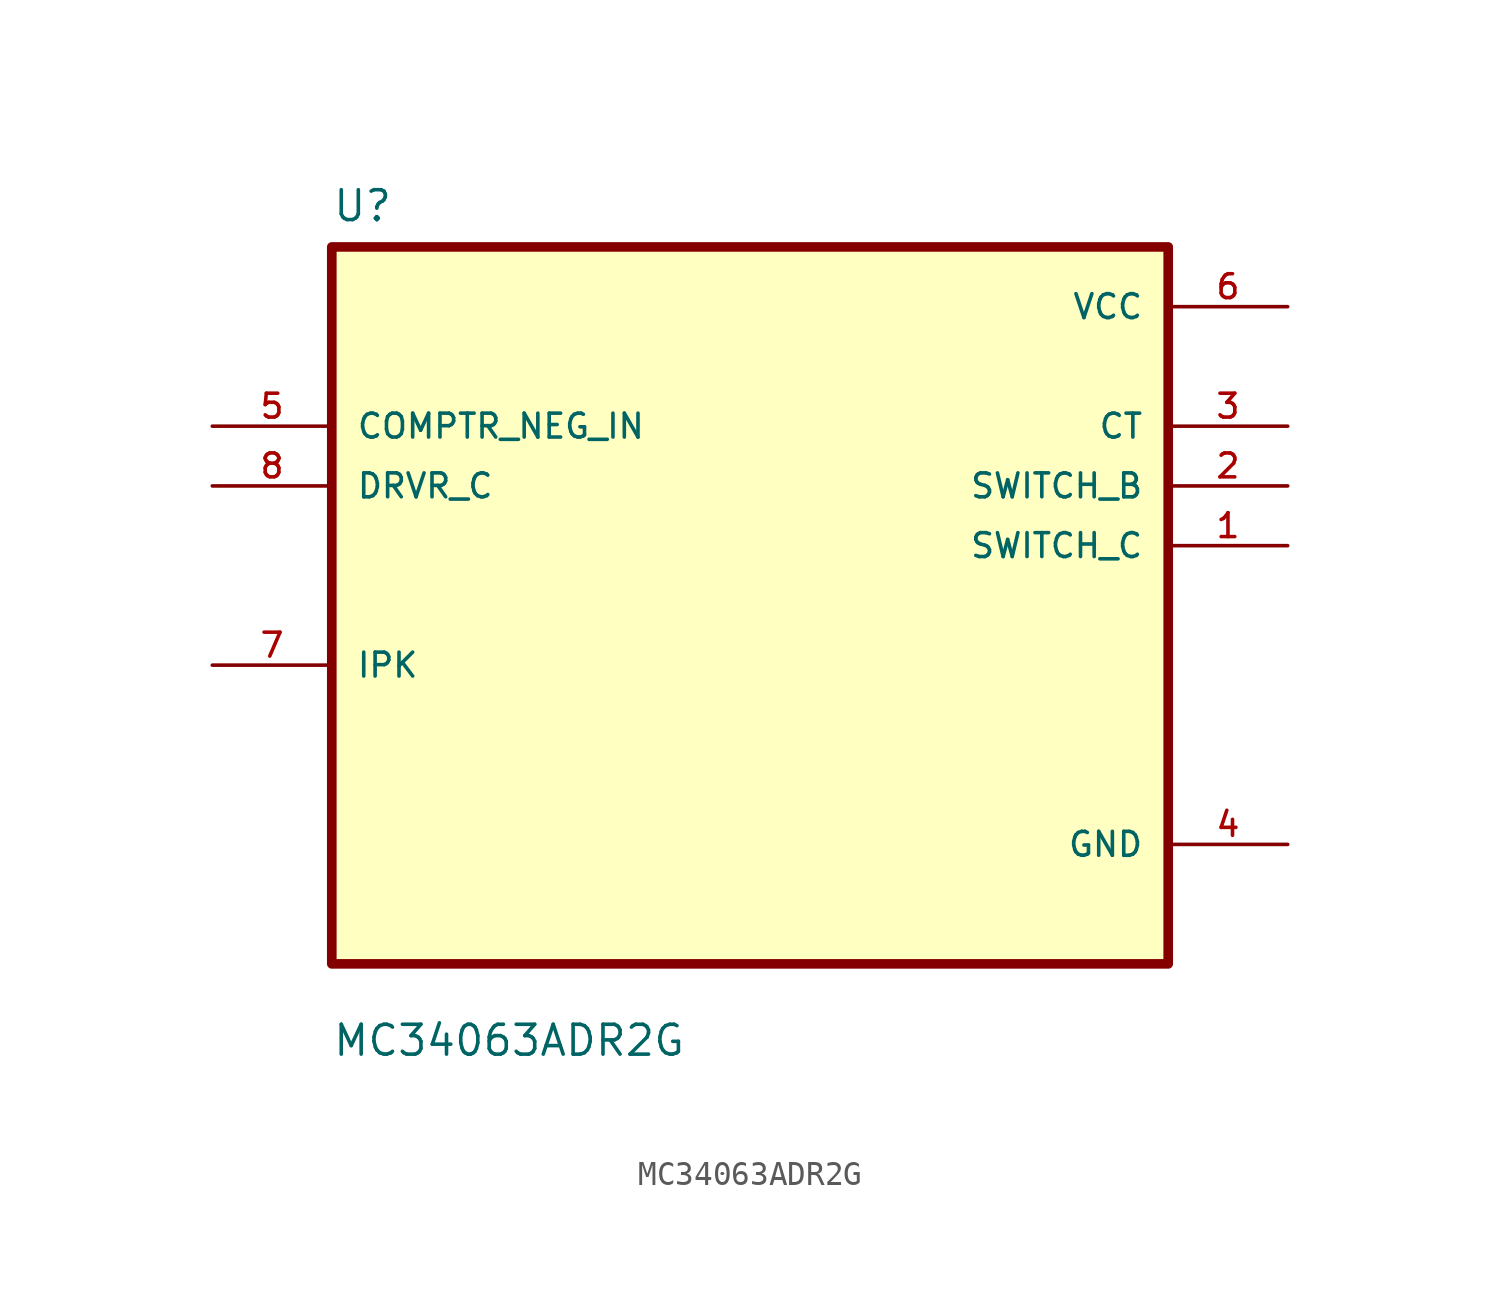
<source format=kicad_sym>
(kicad_symbol_lib
  (version 20211014)
  (generator kicad_symbol_editor)
  (symbol "MC34063ADR2G"
    (pin_names
      (offset 1.016))
    (property "Reference" "U"
      (at -17.78 16.24 0.0)
      (effects (font (size 1.27 1.27)) (justify bottom left)))
    (property "Value" "MC34063ADR2G"
      (at -17.78 -19.24 0.0)
      (effects (font (size 1.27 1.27)) (justify bottom left)))
    (symbol "MC34063ADR2G_0_0"
      (rectangle (start -17.78 -15.24) (end 17.78 15.24) (stroke (width 0.41)) (fill (type background)))
      (pin input line (at -22.86 7.62 0) (length 5.08) (name "COMPTR_NEG_IN" (effects (font (size 1.016 1.016)))) (number "5" (effects (font (size 1.016 1.016)))))
      (pin input line (at -22.86 5.08 0) (length 5.08) (name "DRVR_C" (effects (font (size 1.016 1.016)))) (number "8" (effects (font (size 1.016 1.016)))))
      (pin bidirectional line (at -22.86 -2.54 0) (length 5.08) (name "IPK" (effects (font (size 1.016 1.016)))) (number "7" (effects (font (size 1.016 1.016)))))
      (pin power_in line (at 22.86 12.7 180.0) (length 5.08) (name "VCC" (effects (font (size 1.016 1.016)))) (number "6" (effects (font (size 1.016 1.016)))))
      (pin output line (at 22.86 7.62 180.0) (length 5.08) (name "CT" (effects (font (size 1.016 1.016)))) (number "3" (effects (font (size 1.016 1.016)))))
      (pin output line (at 22.86 5.08 180.0) (length 5.08) (name "SWITCH_B" (effects (font (size 1.016 1.016)))) (number "2" (effects (font (size 1.016 1.016)))))
      (pin output line (at 22.86 2.54 180.0) (length 5.08) (name "SWITCH_C" (effects (font (size 1.016 1.016)))) (number "1" (effects (font (size 1.016 1.016)))))
      (pin power_in line (at 22.86 -10.16 180.0) (length 5.08) (name "GND" (effects (font (size 1.016 1.016)))) (number "4" (effects (font (size 1.016 1.016))))))))
</source>
